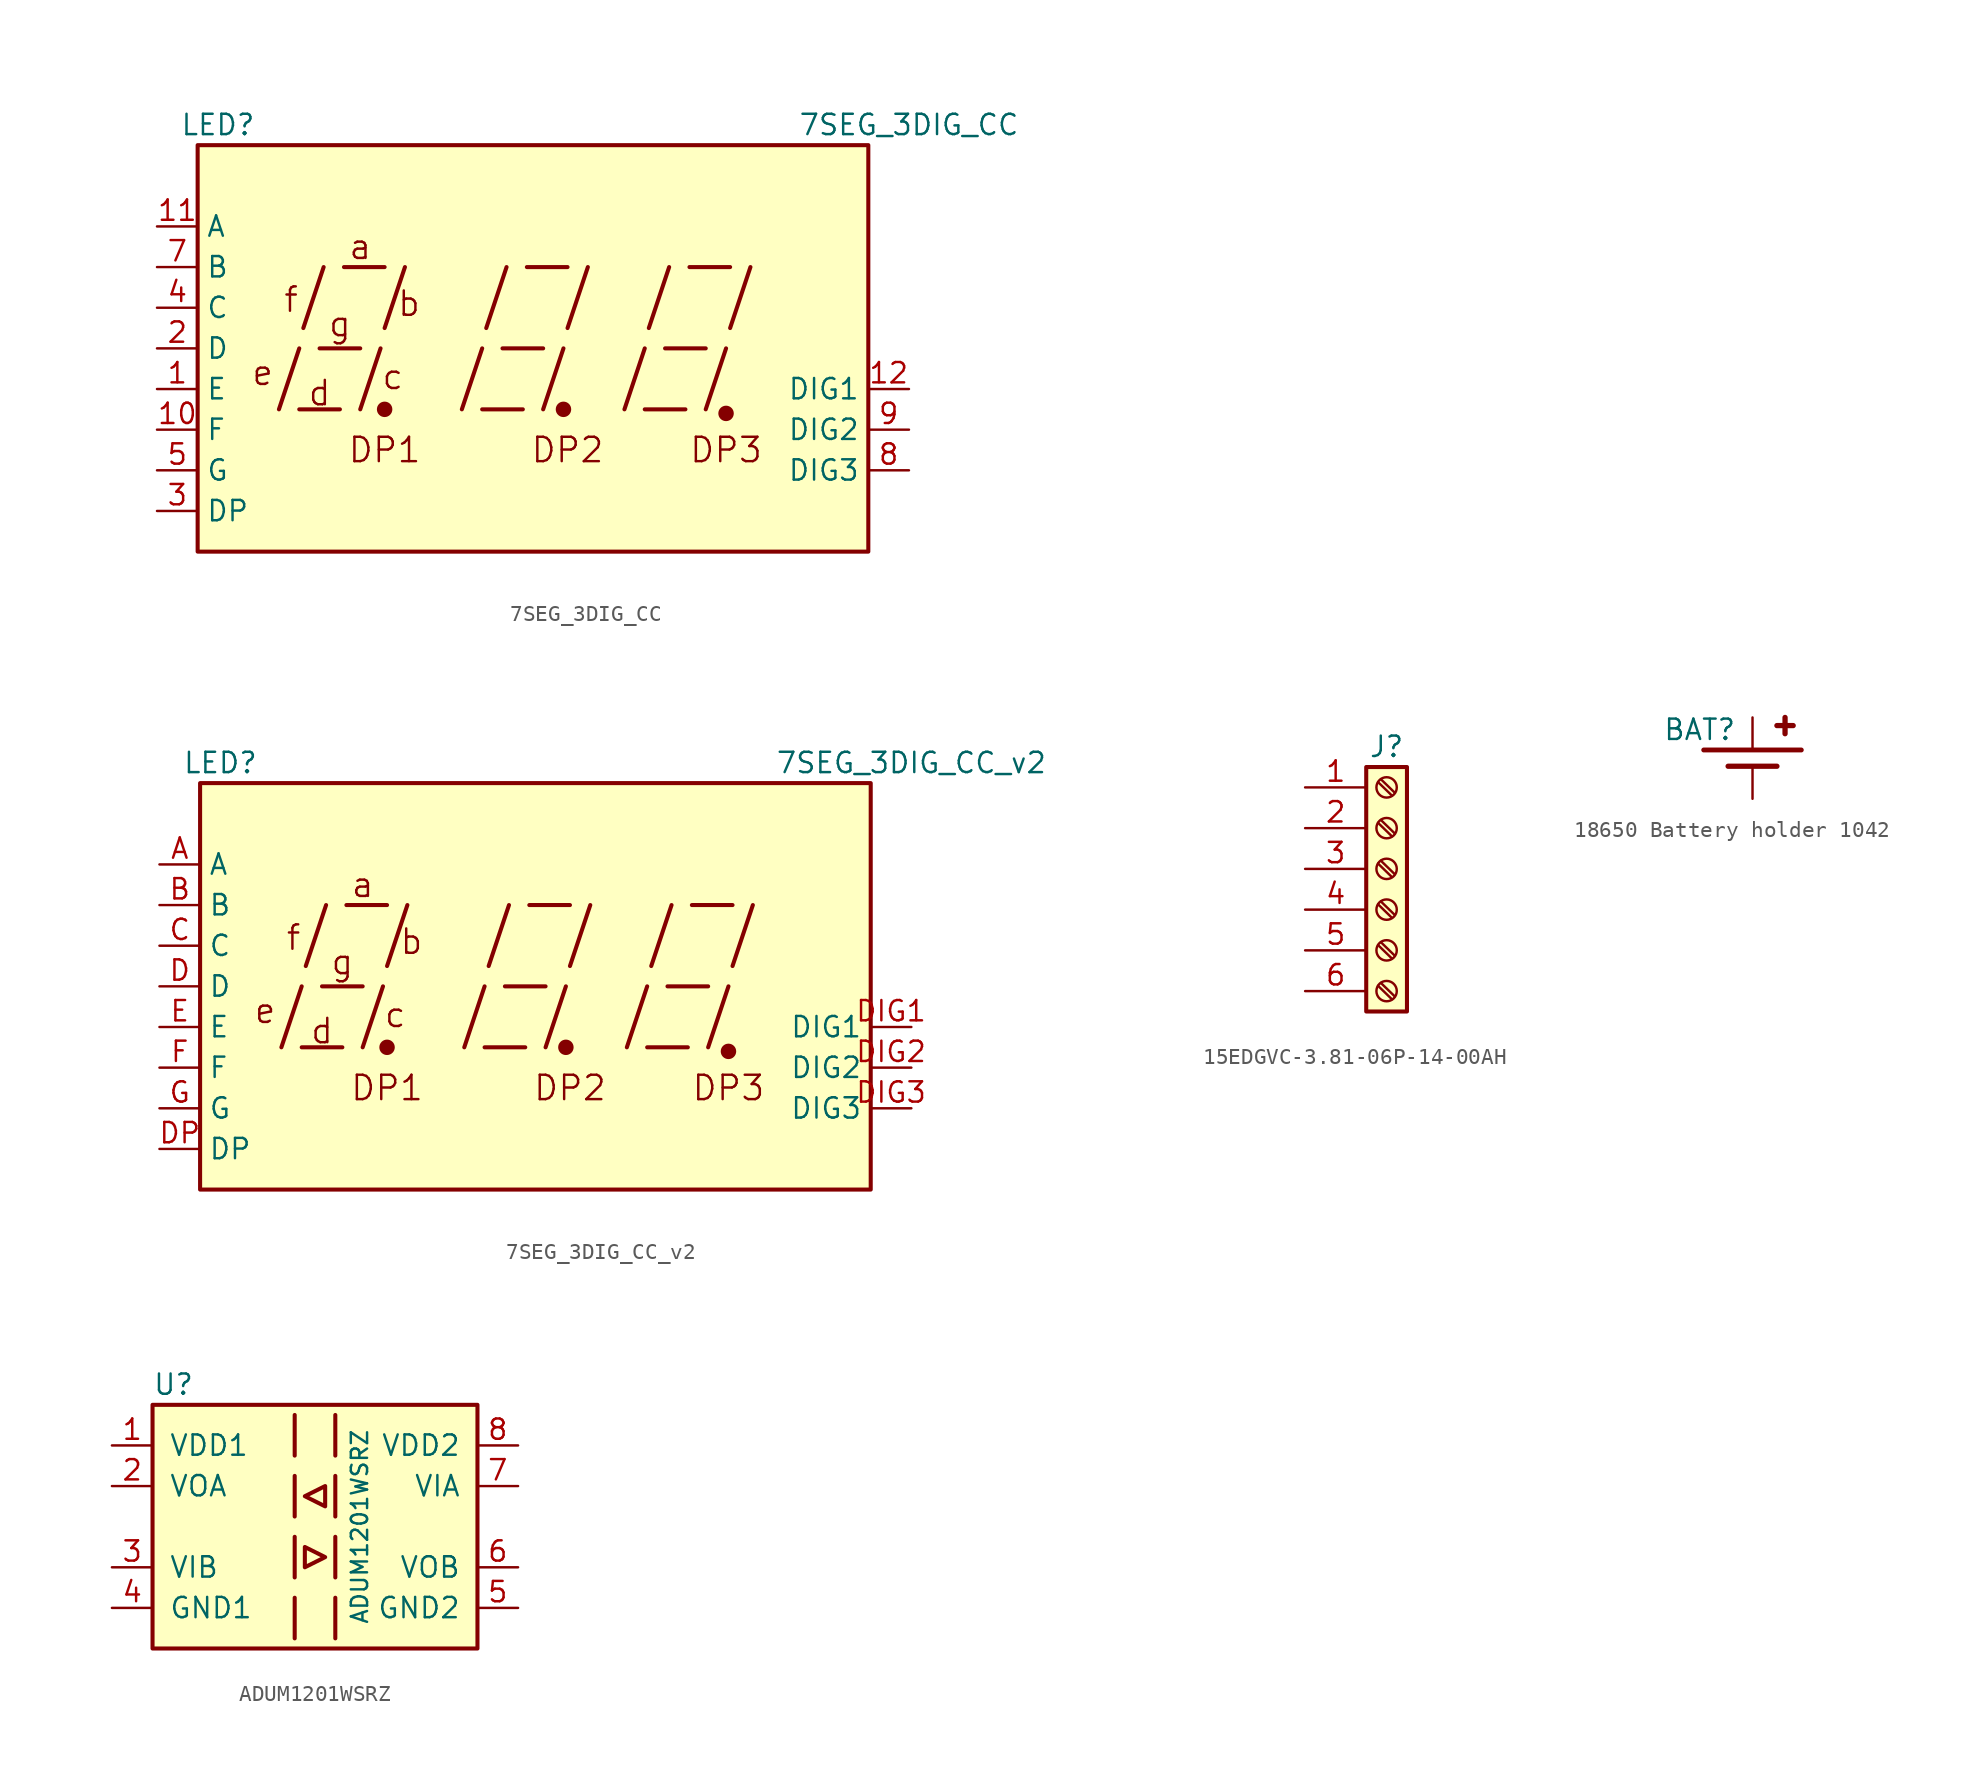
<source format=kicad_sym>
(kicad_symbol_lib
  (version 20211014)
  (generator kicad_symbol_editor)
  (symbol "7SEG_3DIG_CC"
    (property "Reference" "LED"
      (at -24.13 13.97 0)
      (effects (font (size 1.27 1.27))))
    (property "Value" "7SEG_3DIG_CC"
      (at 19.05 13.97 0)
      (effects (font (size 1.27 1.27))))
    (symbol "7SEG_3DIG_CC_0_0"
      (rectangle (start -25.4 12.7) (end 16.51 -12.7) (stroke (width 0.254) (type default) (color 0 0 0 0)) (fill (type background)))
      (polyline (pts (xy -20.32 -3.81) (xy -19.05 0)) (stroke (width 0.254) (type default) (color 0 0 0 0)) (fill (type none)))
      (polyline (pts (xy -19.05 -3.81) (xy -16.51 -3.81)) (stroke (width 0.254) (type default) (color 0 0 0 0)) (fill (type none)))
      (polyline (pts (xy -18.796 1.27) (xy -17.526 5.08)) (stroke (width 0.254) (type default) (color 0 0 0 0)) (fill (type none)))
      (polyline (pts (xy -17.78 0) (xy -15.24 0)) (stroke (width 0.254) (type default) (color 0 0 0 0)) (fill (type none)))
      (polyline (pts (xy -16.256 5.08) (xy -13.716 5.08)) (stroke (width 0.254) (type default) (color 0 0 0 0)) (fill (type none)))
      (polyline (pts (xy -15.24 -3.81) (xy -13.97 0)) (stroke (width 0.254) (type default) (color 0 0 0 0)) (fill (type none)))
      (polyline (pts (xy -13.716 1.27) (xy -12.446 5.08)) (stroke (width 0.254) (type default) (color 0 0 0 0)) (fill (type none)))
      (polyline (pts (xy -8.89 -3.81) (xy -7.62 0)) (stroke (width 0.254) (type default) (color 0 0 0 0)) (fill (type none)))
      (polyline (pts (xy -7.62 -3.81) (xy -5.08 -3.81)) (stroke (width 0.254) (type default) (color 0 0 0 0)) (fill (type none)))
      (polyline (pts (xy -7.366 1.27) (xy -6.096 5.08)) (stroke (width 0.254) (type default) (color 0 0 0 0)) (fill (type none)))
      (polyline (pts (xy -6.35 0) (xy -3.81 0)) (stroke (width 0.254) (type default) (color 0 0 0 0)) (fill (type none)))
      (polyline (pts (xy -4.826 5.08) (xy -2.286 5.08)) (stroke (width 0.254) (type default) (color 0 0 0 0)) (fill (type none)))
      (polyline (pts (xy -3.81 -3.81) (xy -2.54 0)) (stroke (width 0.254) (type default) (color 0 0 0 0)) (fill (type none)))
      (polyline (pts (xy -2.286 1.27) (xy -1.016 5.08)) (stroke (width 0.254) (type default) (color 0 0 0 0)) (fill (type none)))
      (polyline (pts (xy 1.27 -3.81) (xy 2.54 0)) (stroke (width 0.254) (type default) (color 0 0 0 0)) (fill (type none)))
      (polyline (pts (xy 2.54 -3.81) (xy 5.08 -3.81)) (stroke (width 0.254) (type default) (color 0 0 0 0)) (fill (type none)))
      (polyline (pts (xy 2.794 1.27) (xy 4.064 5.08)) (stroke (width 0.254) (type default) (color 0 0 0 0)) (fill (type none)))
      (polyline (pts (xy 3.81 0) (xy 6.35 0)) (stroke (width 0.254) (type default) (color 0 0 0 0)) (fill (type none)))
      (polyline (pts (xy 5.334 5.08) (xy 7.874 5.08)) (stroke (width 0.254) (type default) (color 0 0 0 0)) (fill (type none)))
      (polyline (pts (xy 6.35 -3.81) (xy 7.62 0)) (stroke (width 0.254) (type default) (color 0 0 0 0)) (fill (type none)))
      (polyline (pts (xy 7.874 1.27) (xy 9.144 5.08)) (stroke (width 0.254) (type default) (color 0 0 0 0)) (fill (type none)))
      (text "a" (at -15.24 6.35 0) (effects (font (size 1.524 1.524))))
      (text "b" (at -12.192 2.794 0) (effects (font (size 1.524 1.524))))
      (text "c" (at -13.208 -1.778 0) (effects (font (size 1.524 1.524))))
      (text "d" (at -17.78 -2.794 0) (effects (font (size 1.524 1.524))))
      (text "DP1" (at -13.716 -6.35 0) (effects (font (size 1.524 1.524))))
      (text "DP2" (at -2.286 -6.35 0) (effects (font (size 1.524 1.524))))
      (text "DP3" (at 7.62 -6.35 0) (effects (font (size 1.524 1.524))))
      (text "e" (at -21.336 -1.524 0) (effects (font (size 1.524 1.524))))
      (text "f" (at -19.558 3.048 0) (effects (font (size 1.524 1.524))))
      (text "g" (at -16.51 1.524 0) (effects (font (size 1.524 1.524)))))
    (symbol "7SEG_3DIG_CC_0_1"
      (circle (center -13.716 -3.81) (radius 0.356) (stroke (width 0.254) (type default) (color 0 0 0 0)) (fill (type outline)))
      (circle (center -2.54 -3.81) (radius 0.356) (stroke (width 0.254) (type default) (color 0 0 0 0)) (fill (type outline))))
    (symbol "7SEG_3DIG_CC_1_0"
      (circle (center 7.62 -4.064) (radius 0.356) (stroke (width 0.254) (type default) (color 0 0 0 0)) (fill (type outline))))
    (symbol "7SEG_3DIG_CC_1_1"
      (pin input line (at -27.94 -2.54 0) (length 2.54) (name "E" (effects (font (size 1.27 1.27)))) (number "1" (effects (font (size 1.27 1.27)))))
      (pin input line (at -27.94 -5.08 0) (length 2.54) (name "F" (effects (font (size 1.27 1.27)))) (number "10" (effects (font (size 1.27 1.27)))))
      (pin input line (at -27.94 7.62 0) (length 2.54) (name "A" (effects (font (size 1.27 1.27)))) (number "11" (effects (font (size 1.27 1.27)))))
      (pin input line (at 19.05 -2.54 180) (length 2.54) (name "DIG1" (effects (font (size 1.27 1.27)))) (number "12" (effects (font (size 1.27 1.27)))))
      (pin input line (at -27.94 0 0) (length 2.54) (name "D" (effects (font (size 1.27 1.27)))) (number "2" (effects (font (size 1.27 1.27)))))
      (pin input line (at -27.94 -10.16 0) (length 2.54) (name "DP" (effects (font (size 1.27 1.27)))) (number "3" (effects (font (size 1.27 1.27)))))
      (pin input line (at -27.94 2.54 0) (length 2.54) (name "C" (effects (font (size 1.27 1.27)))) (number "4" (effects (font (size 1.27 1.27)))))
      (pin input line (at -27.94 -7.62 0) (length 2.54) (name "G" (effects (font (size 1.27 1.27)))) (number "5" (effects (font (size 1.27 1.27)))))
      (pin input line (at -27.94 5.08 0) (length 2.54) (name "B" (effects (font (size 1.27 1.27)))) (number "7" (effects (font (size 1.27 1.27)))))
      (pin input line (at 19.05 -7.62 180) (length 2.54) (name "DIG3" (effects (font (size 1.27 1.27)))) (number "8" (effects (font (size 1.27 1.27)))))
      (pin input line (at 19.05 -5.08 180) (length 2.54) (name "DIG2" (effects (font (size 1.27 1.27)))) (number "9" (effects (font (size 1.27 1.27)))))))
  (symbol "7SEG_3DIG_CC_v2"
    (property "Reference" "LED"
      (at -24.13 13.97 0)
      (effects (font (size 1.27 1.27))))
    (property "Value" "7SEG_3DIG_CC_v2"
      (at 19.05 13.97 0)
      (effects (font (size 1.27 1.27))))
    (symbol "7SEG_3DIG_CC_v2_0_0"
      (rectangle (start -25.4 12.7) (end 16.51 -12.7) (stroke (width 0.254) (type default) (color 0 0 0 0)) (fill (type background)))
      (polyline (pts (xy -20.32 -3.81) (xy -19.05 0)) (stroke (width 0.254) (type default) (color 0 0 0 0)) (fill (type none)))
      (polyline (pts (xy -19.05 -3.81) (xy -16.51 -3.81)) (stroke (width 0.254) (type default) (color 0 0 0 0)) (fill (type none)))
      (polyline (pts (xy -18.796 1.27) (xy -17.526 5.08)) (stroke (width 0.254) (type default) (color 0 0 0 0)) (fill (type none)))
      (polyline (pts (xy -17.78 0) (xy -15.24 0)) (stroke (width 0.254) (type default) (color 0 0 0 0)) (fill (type none)))
      (polyline (pts (xy -16.256 5.08) (xy -13.716 5.08)) (stroke (width 0.254) (type default) (color 0 0 0 0)) (fill (type none)))
      (polyline (pts (xy -15.24 -3.81) (xy -13.97 0)) (stroke (width 0.254) (type default) (color 0 0 0 0)) (fill (type none)))
      (polyline (pts (xy -13.716 1.27) (xy -12.446 5.08)) (stroke (width 0.254) (type default) (color 0 0 0 0)) (fill (type none)))
      (polyline (pts (xy -8.89 -3.81) (xy -7.62 0)) (stroke (width 0.254) (type default) (color 0 0 0 0)) (fill (type none)))
      (polyline (pts (xy -7.62 -3.81) (xy -5.08 -3.81)) (stroke (width 0.254) (type default) (color 0 0 0 0)) (fill (type none)))
      (polyline (pts (xy -7.366 1.27) (xy -6.096 5.08)) (stroke (width 0.254) (type default) (color 0 0 0 0)) (fill (type none)))
      (polyline (pts (xy -6.35 0) (xy -3.81 0)) (stroke (width 0.254) (type default) (color 0 0 0 0)) (fill (type none)))
      (polyline (pts (xy -4.826 5.08) (xy -2.286 5.08)) (stroke (width 0.254) (type default) (color 0 0 0 0)) (fill (type none)))
      (polyline (pts (xy -3.81 -3.81) (xy -2.54 0)) (stroke (width 0.254) (type default) (color 0 0 0 0)) (fill (type none)))
      (polyline (pts (xy -2.286 1.27) (xy -1.016 5.08)) (stroke (width 0.254) (type default) (color 0 0 0 0)) (fill (type none)))
      (polyline (pts (xy 1.27 -3.81) (xy 2.54 0)) (stroke (width 0.254) (type default) (color 0 0 0 0)) (fill (type none)))
      (polyline (pts (xy 2.54 -3.81) (xy 5.08 -3.81)) (stroke (width 0.254) (type default) (color 0 0 0 0)) (fill (type none)))
      (polyline (pts (xy 2.794 1.27) (xy 4.064 5.08)) (stroke (width 0.254) (type default) (color 0 0 0 0)) (fill (type none)))
      (polyline (pts (xy 3.81 0) (xy 6.35 0)) (stroke (width 0.254) (type default) (color 0 0 0 0)) (fill (type none)))
      (polyline (pts (xy 5.334 5.08) (xy 7.874 5.08)) (stroke (width 0.254) (type default) (color 0 0 0 0)) (fill (type none)))
      (polyline (pts (xy 6.35 -3.81) (xy 7.62 0)) (stroke (width 0.254) (type default) (color 0 0 0 0)) (fill (type none)))
      (polyline (pts (xy 7.874 1.27) (xy 9.144 5.08)) (stroke (width 0.254) (type default) (color 0 0 0 0)) (fill (type none)))
      (text "a" (at -15.24 6.35 0) (effects (font (size 1.524 1.524))))
      (text "b" (at -12.192 2.794 0) (effects (font (size 1.524 1.524))))
      (text "c" (at -13.208 -1.778 0) (effects (font (size 1.524 1.524))))
      (text "d" (at -17.78 -2.794 0) (effects (font (size 1.524 1.524))))
      (text "DP1" (at -13.716 -6.35 0) (effects (font (size 1.524 1.524))))
      (text "DP2" (at -2.286 -6.35 0) (effects (font (size 1.524 1.524))))
      (text "DP3" (at 7.62 -6.35 0) (effects (font (size 1.524 1.524))))
      (text "e" (at -21.336 -1.524 0) (effects (font (size 1.524 1.524))))
      (text "f" (at -19.558 3.048 0) (effects (font (size 1.524 1.524))))
      (text "g" (at -16.51 1.524 0) (effects (font (size 1.524 1.524)))))
    (symbol "7SEG_3DIG_CC_v2_0_1"
      (circle (center -13.716 -3.81) (radius 0.356) (stroke (width 0.254) (type default) (color 0 0 0 0)) (fill (type outline)))
      (circle (center -2.54 -3.81) (radius 0.356) (stroke (width 0.254) (type default) (color 0 0 0 0)) (fill (type outline))))
    (symbol "7SEG_3DIG_CC_v2_1_0"
      (circle (center 7.62 -4.064) (radius 0.356) (stroke (width 0.254) (type default) (color 0 0 0 0)) (fill (type outline))))
    (symbol "7SEG_3DIG_CC_v2_1_1"
      (pin input line (at -27.94 7.62 0) (length 2.54) (name "A" (effects (font (size 1.27 1.27)))) (number "A" (effects (font (size 1.27 1.27)))))
      (pin input line (at -27.94 5.08 0) (length 2.54) (name "B" (effects (font (size 1.27 1.27)))) (number "B" (effects (font (size 1.27 1.27)))))
      (pin input line (at -27.94 2.54 0) (length 2.54) (name "C" (effects (font (size 1.27 1.27)))) (number "C" (effects (font (size 1.27 1.27)))))
      (pin input line (at -27.94 0 0) (length 2.54) (name "D" (effects (font (size 1.27 1.27)))) (number "D" (effects (font (size 1.27 1.27)))))
      (pin input line (at 19.05 -2.54 180) (length 2.54) (name "DIG1" (effects (font (size 1.27 1.27)))) (number "DIG1" (effects (font (size 1.27 1.27)))))
      (pin input line (at 19.05 -5.08 180) (length 2.54) (name "DIG2" (effects (font (size 1.27 1.27)))) (number "DIG2" (effects (font (size 1.27 1.27)))))
      (pin input line (at 19.05 -7.62 180) (length 2.54) (name "DIG3" (effects (font (size 1.27 1.27)))) (number "DIG3" (effects (font (size 1.27 1.27)))))
      (pin input line (at -27.94 -10.16 0) (length 2.54) (name "DP" (effects (font (size 1.27 1.27)))) (number "DP" (effects (font (size 1.27 1.27)))))
      (pin input line (at -27.94 -2.54 0) (length 2.54) (name "E" (effects (font (size 1.27 1.27)))) (number "E" (effects (font (size 1.27 1.27)))))
      (pin input line (at -27.94 -5.08 0) (length 2.54) (name "F" (effects (font (size 1.27 1.27)))) (number "F" (effects (font (size 1.27 1.27)))))
      (pin input line (at -27.94 -7.62 0) (length 2.54) (name "G" (effects (font (size 1.27 1.27)))) (number "G" (effects (font (size 1.27 1.27)))))))
  (symbol "15EDGVC-3.81-06P-14-00AH"
    (pin_names
      (offset 1.016) hide)
    (property "Reference" "J"
      (at 0 5.08 0)
      (effects (font (size 1.27 1.27))))
    (symbol "15EDGVC-3.81-06P-14-00AH_1_1"
      (rectangle (start -1.27 3.81) (end 1.27 -11.43) (stroke (width 0.254) (type default) (color 0 0 0 0)) (fill (type background)))
      (circle (center 0 -10.16) (radius 0.635) (stroke (width 0.152) (type default) (color 0 0 0 0)) (fill (type none)))
      (circle (center 0 -7.62) (radius 0.635) (stroke (width 0.152) (type default) (color 0 0 0 0)) (fill (type none)))
      (circle (center 0 -5.08) (radius 0.635) (stroke (width 0.152) (type default) (color 0 0 0 0)) (fill (type none)))
      (circle (center 0 -2.54) (radius 0.635) (stroke (width 0.152) (type default) (color 0 0 0 0)) (fill (type none)))
      (polyline (pts (xy -0.533 -9.83) (xy 0.33 -10.668)) (stroke (width 0.152) (type default) (color 0 0 0 0)) (fill (type none)))
      (polyline (pts (xy -0.533 -7.29) (xy 0.33 -8.128)) (stroke (width 0.152) (type default) (color 0 0 0 0)) (fill (type none)))
      (polyline (pts (xy -0.533 -4.75) (xy 0.33 -5.588)) (stroke (width 0.152) (type default) (color 0 0 0 0)) (fill (type none)))
      (polyline (pts (xy -0.533 -2.21) (xy 0.33 -3.048)) (stroke (width 0.152) (type default) (color 0 0 0 0)) (fill (type none)))
      (polyline (pts (xy -0.533 0.33) (xy 0.33 -0.508)) (stroke (width 0.152) (type default) (color 0 0 0 0)) (fill (type none)))
      (polyline (pts (xy -0.533 2.87) (xy 0.33 2.032)) (stroke (width 0.152) (type default) (color 0 0 0 0)) (fill (type none)))
      (polyline (pts (xy -0.356 -9.652) (xy 0.508 -10.49)) (stroke (width 0.152) (type default) (color 0 0 0 0)) (fill (type none)))
      (polyline (pts (xy -0.356 -7.112) (xy 0.508 -7.95)) (stroke (width 0.152) (type default) (color 0 0 0 0)) (fill (type none)))
      (polyline (pts (xy -0.356 -4.572) (xy 0.508 -5.41)) (stroke (width 0.152) (type default) (color 0 0 0 0)) (fill (type none)))
      (polyline (pts (xy -0.356 -2.032) (xy 0.508 -2.87)) (stroke (width 0.152) (type default) (color 0 0 0 0)) (fill (type none)))
      (polyline (pts (xy -0.356 0.508) (xy 0.508 -0.33)) (stroke (width 0.152) (type default) (color 0 0 0 0)) (fill (type none)))
      (polyline (pts (xy -0.356 3.048) (xy 0.508 2.21)) (stroke (width 0.152) (type default) (color 0 0 0 0)) (fill (type none)))
      (circle (center 0 0) (radius 0.635) (stroke (width 0.152) (type default) (color 0 0 0 0)) (fill (type none)))
      (circle (center 0 2.54) (radius 0.635) (stroke (width 0.152) (type default) (color 0 0 0 0)) (fill (type none)))
      (pin passive line (at -5.08 2.54 0) (length 3.81) (name "Pin_1" (effects (font (size 1.27 1.27)))) (number "1" (effects (font (size 1.27 1.27)))))
      (pin passive line (at -5.08 0 0) (length 3.81) (name "Pin_2" (effects (font (size 1.27 1.27)))) (number "2" (effects (font (size 1.27 1.27)))))
      (pin passive line (at -5.08 -2.54 0) (length 3.81) (name "Pin_3" (effects (font (size 1.27 1.27)))) (number "3" (effects (font (size 1.27 1.27)))))
      (pin passive line (at -5.08 -5.08 0) (length 3.81) (name "Pin_4" (effects (font (size 1.27 1.27)))) (number "4" (effects (font (size 1.27 1.27)))))
      (pin passive line (at -5.08 -7.62 0) (length 3.81) (name "Pin_5" (effects (font (size 1.27 1.27)))) (number "5" (effects (font (size 1.27 1.27)))))
      (pin passive line (at -5.08 -10.16 0) (length 3.81) (name "Pin_6" (effects (font (size 1.27 1.27)))) (number "6" (effects (font (size 1.27 1.27)))))))
  (symbol "18650 Battery holder 1042 "
    (pin_numbers hide)
    (pin_names
      (offset 0.254) hide)
    (property "Reference" "BAT"
      (at -3.302 1.778 0)
      (effects (font (size 1.27 1.27))))
    (symbol "18650 Battery holder 1042 _0_1"
      (polyline (pts (xy -3.048 0.508) (xy 3.048 0.508)) (stroke (width 0.305) (type default) (color 0 0 0 0)) (fill (type none)))
      (polyline (pts (xy -1.524 -0.508) (xy 1.524 -0.508)) (stroke (width 0.33) (type default) (color 0 0 0 0)) (fill (type none)))
      (polyline (pts (xy 2.032 1.524) (xy 2.032 2.54)) (stroke (width 0.33) (type default) (color 0 0 0 0)) (fill (type none)))
      (polyline (pts (xy 2.54 2.032) (xy 1.524 2.032)) (stroke (width 0.33) (type default) (color 0 0 0 0)) (fill (type none))))
    (symbol "18650 Battery holder 1042 _1_1"
      (pin power_out line (at 0 2.54 270) (length 2.032) (name "~" (effects (font (size 1.27 1.27)))) (number "1" (effects (font (size 1.27 1.27)))))
      (pin power_out line (at 0 -2.54 90) (length 2.032) (name "~" (effects (font (size 1.27 1.27)))) (number "2" (effects (font (size 1.27 1.27)))))))
  (symbol "ADUM1201WSRZ"
    (pin_names
      (offset 1.016))
    (property "Reference" "U"
      (at -10.16 8.89 0)
      (effects (font (size 1.27 1.27)) (justify left)))
    (property "Value" "ADUM1201WSRZ"
      (at 2.794 0 90)
      (effects (font (size 1.016 1.016))))
    (symbol "ADUM1201WSRZ_0_1"
      (rectangle (start -10.16 7.62) (end 10.16 -7.62) (stroke (width 0.254) (type default) (color 0 0 0 0)) (fill (type background)))
      (polyline (pts (xy -1.27 -4.445) (xy -1.27 -6.985)) (stroke (width 0.254) (type default) (color 0 0 0 0)) (fill (type none)))
      (polyline (pts (xy -1.27 -0.635) (xy -1.27 -3.175)) (stroke (width 0.254) (type default) (color 0 0 0 0)) (fill (type none)))
      (polyline (pts (xy -1.27 3.175) (xy -1.27 0.635)) (stroke (width 0.254) (type default) (color 0 0 0 0)) (fill (type none)))
      (polyline (pts (xy -1.27 6.985) (xy -1.27 4.445)) (stroke (width 0.254) (type default) (color 0 0 0 0)) (fill (type none)))
      (polyline (pts (xy 1.27 -4.445) (xy 1.27 -6.985)) (stroke (width 0.254) (type default) (color 0 0 0 0)) (fill (type none)))
      (polyline (pts (xy 1.27 -0.635) (xy 1.27 -3.175)) (stroke (width 0.254) (type default) (color 0 0 0 0)) (fill (type none)))
      (polyline (pts (xy 1.27 3.175) (xy 1.27 0.635)) (stroke (width 0.254) (type default) (color 0 0 0 0)) (fill (type none)))
      (polyline (pts (xy 1.27 6.985) (xy 1.27 4.445)) (stroke (width 0.254) (type default) (color 0 0 0 0)) (fill (type none)))
      (polyline (pts (xy -0.635 -1.27) (xy -0.635 -2.54) (xy 0.635 -1.905) (xy -0.635 -1.27)) (stroke (width 0.254) (type default) (color 0 0 0 0)) (fill (type none)))
      (polyline (pts (xy 0.635 2.54) (xy 0.635 1.27) (xy -0.635 1.905) (xy 0.635 2.54)) (stroke (width 0.254) (type default) (color 0 0 0 0)) (fill (type none))))
    (symbol "ADUM1201WSRZ_1_1"
      (pin power_in line (at -12.7 5.08 0) (length 2.54) (name "VDD1" (effects (font (size 1.27 1.27)))) (number "1" (effects (font (size 1.27 1.27)))))
      (pin output line (at -12.7 2.54 0) (length 2.54) (name "VOA" (effects (font (size 1.27 1.27)))) (number "2" (effects (font (size 1.27 1.27)))))
      (pin input line (at -12.7 -2.54 0) (length 2.54) (name "VIB" (effects (font (size 1.27 1.27)))) (number "3" (effects (font (size 1.27 1.27)))))
      (pin power_in line (at -12.7 -5.08 0) (length 2.54) (name "GND1" (effects (font (size 1.27 1.27)))) (number "4" (effects (font (size 1.27 1.27)))))
      (pin power_in line (at 12.7 -5.08 180) (length 2.54) (name "GND2" (effects (font (size 1.27 1.27)))) (number "5" (effects (font (size 1.27 1.27)))))
      (pin output line (at 12.7 -2.54 180) (length 2.54) (name "VOB" (effects (font (size 1.27 1.27)))) (number "6" (effects (font (size 1.27 1.27)))))
      (pin input line (at 12.7 2.54 180) (length 2.54) (name "VIA" (effects (font (size 1.27 1.27)))) (number "7" (effects (font (size 1.27 1.27)))))
      (pin power_in line (at 12.7 5.08 180) (length 2.54) (name "VDD2" (effects (font (size 1.27 1.27)))) (number "8" (effects (font (size 1.27 1.27))))))))
</source>
